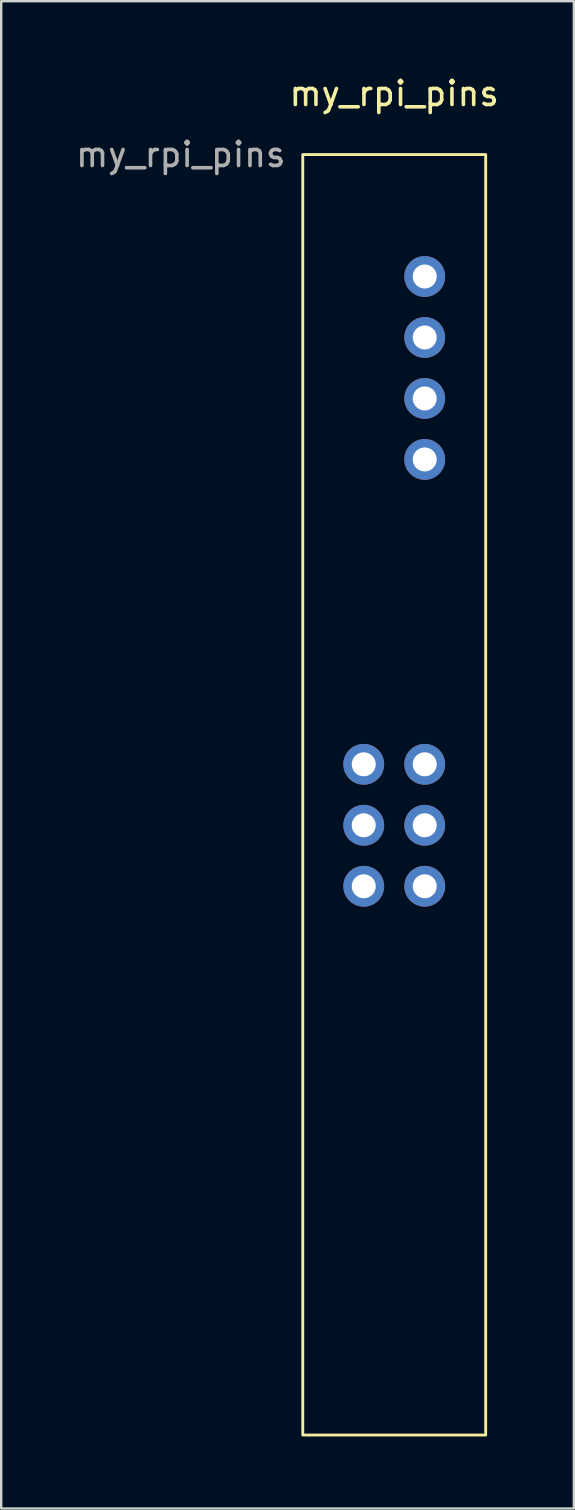
<source format=kicad_pcb>
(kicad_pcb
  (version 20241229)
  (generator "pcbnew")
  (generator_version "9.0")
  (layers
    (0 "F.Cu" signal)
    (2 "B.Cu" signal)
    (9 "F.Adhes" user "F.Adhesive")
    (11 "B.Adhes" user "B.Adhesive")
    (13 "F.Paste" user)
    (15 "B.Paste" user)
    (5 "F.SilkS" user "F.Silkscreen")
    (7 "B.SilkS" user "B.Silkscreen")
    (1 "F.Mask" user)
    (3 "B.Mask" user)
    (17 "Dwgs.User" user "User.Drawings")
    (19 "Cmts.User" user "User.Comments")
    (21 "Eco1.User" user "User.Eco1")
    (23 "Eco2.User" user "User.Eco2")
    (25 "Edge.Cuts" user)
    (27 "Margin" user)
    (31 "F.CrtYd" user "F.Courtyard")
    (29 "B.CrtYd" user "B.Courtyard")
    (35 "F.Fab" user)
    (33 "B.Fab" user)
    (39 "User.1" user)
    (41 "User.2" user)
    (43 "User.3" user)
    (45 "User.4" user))
  (footprint "my_rpi_pins"
    (layer "F.Cu")
    (at 12.102 31.328)
    (property "Reference" "my_rpi_pins" (at 1.27 -30.48 0) (unlocked yes) (layer "F.SilkS") (effects (font (size 1 1) (thickness 0.15))))
    (attr through_hole)
    (fp_rect (start -2.54 -27.94) (end 5.08 25.4) (stroke (width 0.12) (type solid)) (fill no) (layer "F.SilkS"))
    (fp_text user "${REFERENCE}" (at -7.62 -27.94 0) (unlocked yes) (layer "F.Fab") (effects (font (size 1 1) (thickness 0.15))))
    (pad "1" thru_hole circle (at 2.54 -22.86) (size 1.7 1.7) (drill 1) (layers "*.Cu" "*.Mask"))
    (pad "2" thru_hole circle (at 2.54 -20.32) (size 1.7 1.7) (drill 1) (layers "*.Cu" "*.Mask"))
    (pad "3" thru_hole circle (at 2.54 -17.78) (size 1.7 1.7) (drill 1) (layers "*.Cu" "*.Mask"))
    (pad "4" thru_hole circle (at 2.54 -15.24) (size 1.7 1.7) (drill 1) (layers "*.Cu" "*.Mask"))
    (pad "5" thru_hole circle (at 2.54 -2.54) (size 1.7 1.7) (drill 1) (layers "*.Cu" "*.Mask"))
    (pad "6" thru_hole circle (at 2.54 0) (size 1.7 1.7) (drill 1) (layers "*.Cu" "*.Mask"))
    (pad "7" thru_hole circle (at 2.54 2.54) (size 1.7 1.7) (drill 1) (layers "*.Cu" "*.Mask"))
    (pad "8" thru_hole circle (at 0 2.54) (size 1.7 1.7) (drill 1) (layers "*.Cu" "*.Mask"))
    (pad "9" thru_hole circle (at 0 0) (size 1.7 1.7) (drill 1) (layers "*.Cu" "*.Mask"))
    (pad "10" thru_hole circle (at 0 -2.54) (size 1.7 1.7) (drill 1) (layers "*.Cu" "*.Mask")))
  (gr_rect
    (start -3 -3)
    (end 20.854 59.788)
    (stroke (width 0.1) (type default))
    (fill no)
    (layer "Edge.Cuts")))
</source>
